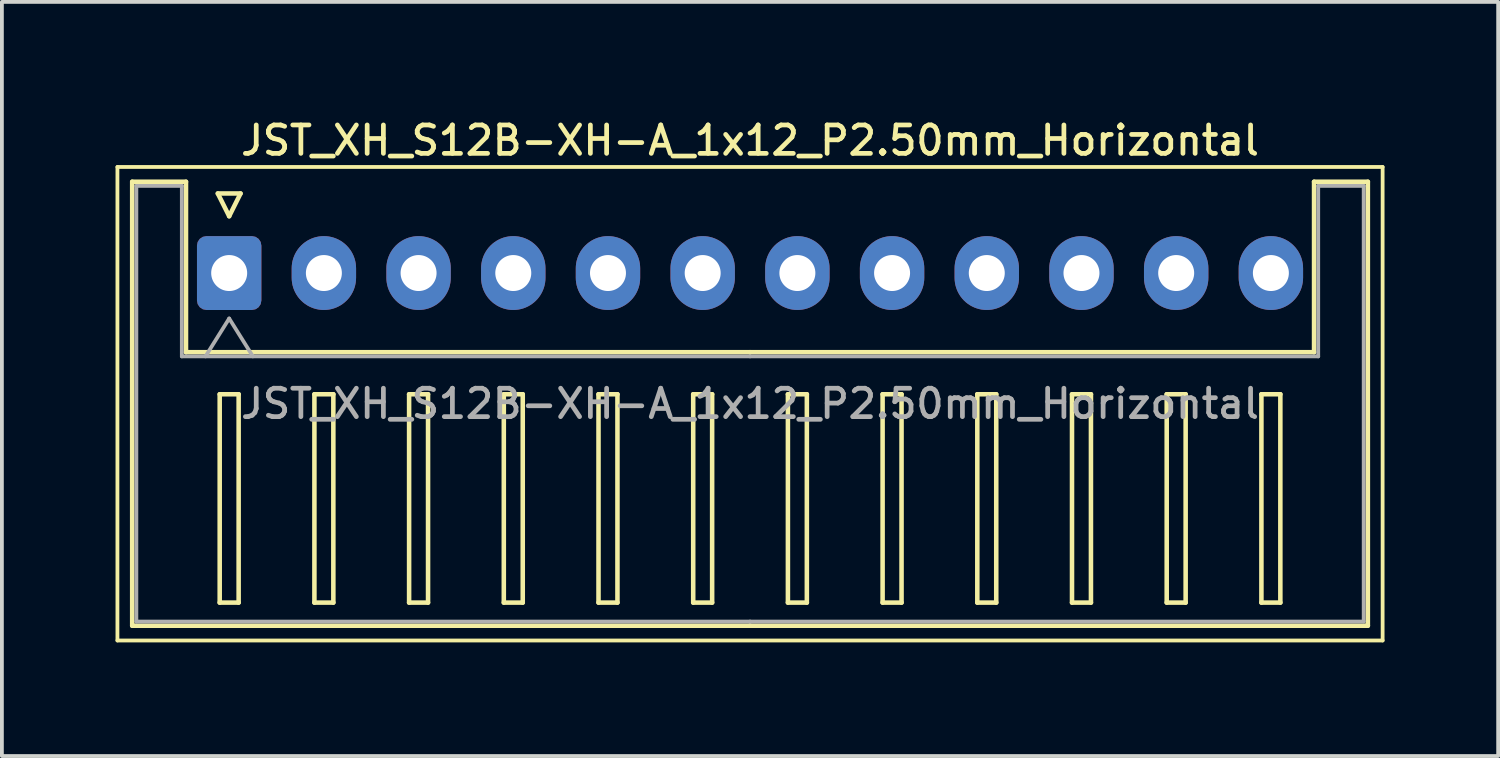
<source format=kicad_pcb>
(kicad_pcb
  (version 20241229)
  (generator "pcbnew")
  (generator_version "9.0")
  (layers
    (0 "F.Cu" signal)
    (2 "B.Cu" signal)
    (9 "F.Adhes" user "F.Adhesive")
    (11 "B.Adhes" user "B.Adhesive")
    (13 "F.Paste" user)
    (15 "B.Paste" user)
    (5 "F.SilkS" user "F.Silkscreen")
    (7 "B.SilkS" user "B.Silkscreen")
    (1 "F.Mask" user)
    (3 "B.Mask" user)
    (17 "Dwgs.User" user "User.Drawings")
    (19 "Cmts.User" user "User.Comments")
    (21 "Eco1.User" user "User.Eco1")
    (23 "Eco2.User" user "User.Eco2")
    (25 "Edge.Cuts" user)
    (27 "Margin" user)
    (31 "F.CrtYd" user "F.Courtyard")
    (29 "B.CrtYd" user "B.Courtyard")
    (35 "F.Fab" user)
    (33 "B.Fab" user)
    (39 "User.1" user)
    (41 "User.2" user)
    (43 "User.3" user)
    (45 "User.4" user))
  (footprint "JST_XH_S12B-XH-A_1x12_P2.50mm_Horizontal"
    (layer "F.Cu")
    (at 3 4.158)
    (property "Reference" "JST_XH_S12B-XH-A_1x12_P2.50mm_Horizontal" (at 13.75 -3.5 0) (layer "F.SilkS") (effects (font (size 0.75 0.75) (thickness 0.125))))
    (attr through_hole)
    (fp_line (start -2.95 -2.8) (end -2.95 9.7) (stroke (width 0.1) (type solid)) (layer "F.SilkS"))
    (fp_line (start -2.95 9.7) (end 30.45 9.7) (stroke (width 0.1) (type solid)) (layer "F.SilkS"))
    (fp_line (start -2.56 -2.41) (end -1.14 -2.41) (stroke (width 0.12) (type solid)) (layer "F.SilkS"))
    (fp_line (start -2.56 9.31) (end -2.56 -2.41) (stroke (width 0.12) (type solid)) (layer "F.SilkS"))
    (fp_line (start -1.14 -2.41) (end -1.14 2.09) (stroke (width 0.12) (type solid)) (layer "F.SilkS"))
    (fp_line (start -1.14 2.09) (end 13.75 2.09) (stroke (width 0.12) (type solid)) (layer "F.SilkS"))
    (fp_line (start -0.3 -2.1) (end 0.3 -2.1) (stroke (width 0.12) (type solid)) (layer "F.SilkS"))
    (fp_line (start -0.25 3.2) (end -0.25 8.7) (stroke (width 0.12) (type solid)) (layer "F.SilkS"))
    (fp_line (start -0.25 8.7) (end 0.25 8.7) (stroke (width 0.12) (type solid)) (layer "F.SilkS"))
    (fp_line (start 0 -1.5) (end -0.3 -2.1) (stroke (width 0.12) (type solid)) (layer "F.SilkS"))
    (fp_line (start 0.25 3.2) (end -0.25 3.2) (stroke (width 0.12) (type solid)) (layer "F.SilkS"))
    (fp_line (start 0.25 8.7) (end 0.25 3.2) (stroke (width 0.12) (type solid)) (layer "F.SilkS"))
    (fp_line (start 0.3 -2.1) (end 0 -1.5) (stroke (width 0.12) (type solid)) (layer "F.SilkS"))
    (fp_line (start 2.25 3.2) (end 2.25 8.7) (stroke (width 0.12) (type solid)) (layer "F.SilkS"))
    (fp_line (start 2.25 8.7) (end 2.75 8.7) (stroke (width 0.12) (type solid)) (layer "F.SilkS"))
    (fp_line (start 2.75 3.2) (end 2.25 3.2) (stroke (width 0.12) (type solid)) (layer "F.SilkS"))
    (fp_line (start 2.75 8.7) (end 2.75 3.2) (stroke (width 0.12) (type solid)) (layer "F.SilkS"))
    (fp_line (start 4.75 3.2) (end 4.75 8.7) (stroke (width 0.12) (type solid)) (layer "F.SilkS"))
    (fp_line (start 4.75 8.7) (end 5.25 8.7) (stroke (width 0.12) (type solid)) (layer "F.SilkS"))
    (fp_line (start 5.25 3.2) (end 4.75 3.2) (stroke (width 0.12) (type solid)) (layer "F.SilkS"))
    (fp_line (start 5.25 8.7) (end 5.25 3.2) (stroke (width 0.12) (type solid)) (layer "F.SilkS"))
    (fp_line (start 7.25 3.2) (end 7.25 8.7) (stroke (width 0.12) (type solid)) (layer "F.SilkS"))
    (fp_line (start 7.25 8.7) (end 7.75 8.7) (stroke (width 0.12) (type solid)) (layer "F.SilkS"))
    (fp_line (start 7.75 3.2) (end 7.25 3.2) (stroke (width 0.12) (type solid)) (layer "F.SilkS"))
    (fp_line (start 7.75 8.7) (end 7.75 3.2) (stroke (width 0.12) (type solid)) (layer "F.SilkS"))
    (fp_line (start 9.75 3.2) (end 9.75 8.7) (stroke (width 0.12) (type solid)) (layer "F.SilkS"))
    (fp_line (start 9.75 8.7) (end 10.25 8.7) (stroke (width 0.12) (type solid)) (layer "F.SilkS"))
    (fp_line (start 10.25 3.2) (end 9.75 3.2) (stroke (width 0.12) (type solid)) (layer "F.SilkS"))
    (fp_line (start 10.25 8.7) (end 10.25 3.2) (stroke (width 0.12) (type solid)) (layer "F.SilkS"))
    (fp_line (start 12.25 3.2) (end 12.25 8.7) (stroke (width 0.12) (type solid)) (layer "F.SilkS"))
    (fp_line (start 12.25 8.7) (end 12.75 8.7) (stroke (width 0.12) (type solid)) (layer "F.SilkS"))
    (fp_line (start 12.75 3.2) (end 12.25 3.2) (stroke (width 0.12) (type solid)) (layer "F.SilkS"))
    (fp_line (start 12.75 8.7) (end 12.75 3.2) (stroke (width 0.12) (type solid)) (layer "F.SilkS"))
    (fp_line (start 13.75 9.31) (end -2.56 9.31) (stroke (width 0.12) (type solid)) (layer "F.SilkS"))
    (fp_line (start 13.75 9.31) (end 30.06 9.31) (stroke (width 0.12) (type solid)) (layer "F.SilkS"))
    (fp_line (start 14.75 3.2) (end 14.75 8.7) (stroke (width 0.12) (type solid)) (layer "F.SilkS"))
    (fp_line (start 14.75 8.7) (end 15.25 8.7) (stroke (width 0.12) (type solid)) (layer "F.SilkS"))
    (fp_line (start 15.25 3.2) (end 14.75 3.2) (stroke (width 0.12) (type solid)) (layer "F.SilkS"))
    (fp_line (start 15.25 8.7) (end 15.25 3.2) (stroke (width 0.12) (type solid)) (layer "F.SilkS"))
    (fp_line (start 17.25 3.2) (end 17.25 8.7) (stroke (width 0.12) (type solid)) (layer "F.SilkS"))
    (fp_line (start 17.25 8.7) (end 17.75 8.7) (stroke (width 0.12) (type solid)) (layer "F.SilkS"))
    (fp_line (start 17.75 3.2) (end 17.25 3.2) (stroke (width 0.12) (type solid)) (layer "F.SilkS"))
    (fp_line (start 17.75 8.7) (end 17.75 3.2) (stroke (width 0.12) (type solid)) (layer "F.SilkS"))
    (fp_line (start 19.75 3.2) (end 19.75 8.7) (stroke (width 0.12) (type solid)) (layer "F.SilkS"))
    (fp_line (start 19.75 8.7) (end 20.25 8.7) (stroke (width 0.12) (type solid)) (layer "F.SilkS"))
    (fp_line (start 20.25 3.2) (end 19.75 3.2) (stroke (width 0.12) (type solid)) (layer "F.SilkS"))
    (fp_line (start 20.25 8.7) (end 20.25 3.2) (stroke (width 0.12) (type solid)) (layer "F.SilkS"))
    (fp_line (start 22.25 3.2) (end 22.25 8.7) (stroke (width 0.12) (type solid)) (layer "F.SilkS"))
    (fp_line (start 22.25 8.7) (end 22.75 8.7) (stroke (width 0.12) (type solid)) (layer "F.SilkS"))
    (fp_line (start 22.75 3.2) (end 22.25 3.2) (stroke (width 0.12) (type solid)) (layer "F.SilkS"))
    (fp_line (start 22.75 8.7) (end 22.75 3.2) (stroke (width 0.12) (type solid)) (layer "F.SilkS"))
    (fp_line (start 24.75 3.2) (end 24.75 8.7) (stroke (width 0.12) (type solid)) (layer "F.SilkS"))
    (fp_line (start 24.75 8.7) (end 25.25 8.7) (stroke (width 0.12) (type solid)) (layer "F.SilkS"))
    (fp_line (start 25.25 3.2) (end 24.75 3.2) (stroke (width 0.12) (type solid)) (layer "F.SilkS"))
    (fp_line (start 25.25 8.7) (end 25.25 3.2) (stroke (width 0.12) (type solid)) (layer "F.SilkS"))
    (fp_line (start 27.25 3.2) (end 27.25 8.7) (stroke (width 0.12) (type solid)) (layer "F.SilkS"))
    (fp_line (start 27.25 8.7) (end 27.75 8.7) (stroke (width 0.12) (type solid)) (layer "F.SilkS"))
    (fp_line (start 27.75 3.2) (end 27.25 3.2) (stroke (width 0.12) (type solid)) (layer "F.SilkS"))
    (fp_line (start 27.75 8.7) (end 27.75 3.2) (stroke (width 0.12) (type solid)) (layer "F.SilkS"))
    (fp_line (start 28.64 -2.41) (end 28.64 2.09) (stroke (width 0.12) (type solid)) (layer "F.SilkS"))
    (fp_line (start 28.64 2.09) (end 13.75 2.09) (stroke (width 0.12) (type solid)) (layer "F.SilkS"))
    (fp_line (start 30.06 -2.41) (end 28.64 -2.41) (stroke (width 0.12) (type solid)) (layer "F.SilkS"))
    (fp_line (start 30.06 9.31) (end 30.06 -2.41) (stroke (width 0.12) (type solid)) (layer "F.SilkS"))
    (fp_line (start 30.45 -2.8) (end -2.95 -2.8) (stroke (width 0.1) (type solid)) (layer "F.SilkS"))
    (fp_line (start 30.45 9.7) (end 30.45 -2.8) (stroke (width 0.1) (type solid)) (layer "F.SilkS"))
    (fp_line (start -2.45 -2.3) (end -1.25 -2.3) (stroke (width 0.1) (type solid)) (layer "F.Fab"))
    (fp_line (start -2.45 9.2) (end -2.45 -2.3) (stroke (width 0.1) (type solid)) (layer "F.Fab"))
    (fp_line (start -1.25 -2.3) (end -1.25 2.2) (stroke (width 0.1) (type solid)) (layer "F.Fab"))
    (fp_line (start -1.25 2.2) (end 13.75 2.2) (stroke (width 0.1) (type solid)) (layer "F.Fab"))
    (fp_line (start -0.625 2.2) (end 0 1.2) (stroke (width 0.1) (type solid)) (layer "F.Fab"))
    (fp_line (start 0 1.2) (end 0.625 2.2) (stroke (width 0.1) (type solid)) (layer "F.Fab"))
    (fp_line (start 13.75 9.2) (end -2.45 9.2) (stroke (width 0.1) (type solid)) (layer "F.Fab"))
    (fp_line (start 13.75 9.2) (end 29.95 9.2) (stroke (width 0.1) (type solid)) (layer "F.Fab"))
    (fp_line (start 28.75 -2.3) (end 28.75 2.2) (stroke (width 0.1) (type solid)) (layer "F.Fab"))
    (fp_line (start 28.75 2.2) (end 13.75 2.2) (stroke (width 0.1) (type solid)) (layer "F.Fab"))
    (fp_line (start 29.95 -2.3) (end 28.75 -2.3) (stroke (width 0.1) (type solid)) (layer "F.Fab"))
    (fp_line (start 29.95 9.2) (end 29.95 -2.3) (stroke (width 0.1) (type solid)) (layer "F.Fab"))
    (fp_text user "${REFERENCE}" (at 13.75 3.45 0) (layer "F.Fab") (effects (font (size 0.75 0.75) (thickness 0.125))))
    (pad "1" thru_hole roundrect (at 0 0) (size 1.7 1.95) (drill 0.95) (layers "*.Cu" "*.Mask") (roundrect_rratio 0.147))
    (pad "2" thru_hole oval (at 2.5 0) (size 1.7 1.95) (drill 0.95) (layers "*.Cu" "*.Mask"))
    (pad "3" thru_hole oval (at 5 0) (size 1.7 1.95) (drill 0.95) (layers "*.Cu" "*.Mask"))
    (pad "4" thru_hole oval (at 7.5 0) (size 1.7 1.95) (drill 0.95) (layers "*.Cu" "*.Mask"))
    (pad "5" thru_hole oval (at 10 0) (size 1.7 1.95) (drill 0.95) (layers "*.Cu" "*.Mask"))
    (pad "6" thru_hole oval (at 12.5 0) (size 1.7 1.95) (drill 0.95) (layers "*.Cu" "*.Mask"))
    (pad "7" thru_hole oval (at 15 0) (size 1.7 1.95) (drill 0.95) (layers "*.Cu" "*.Mask"))
    (pad "8" thru_hole oval (at 17.5 0) (size 1.7 1.95) (drill 0.95) (layers "*.Cu" "*.Mask"))
    (pad "9" thru_hole oval (at 20 0) (size 1.7 1.95) (drill 0.95) (layers "*.Cu" "*.Mask"))
    (pad "10" thru_hole oval (at 22.5 0) (size 1.7 1.95) (drill 0.95) (layers "*.Cu" "*.Mask"))
    (pad "11" thru_hole oval (at 25 0) (size 1.7 1.95) (drill 0.95) (layers "*.Cu" "*.Mask"))
    (pad "12" thru_hole oval (at 27.5 0) (size 1.7 1.95) (drill 0.95) (layers "*.Cu" "*.Mask")))
  (gr_rect
    (start -3 -3)
    (end 36.5 16.908)
    (stroke (width 0.1) (type default))
    (fill no)
    (layer "Edge.Cuts")))
</source>
